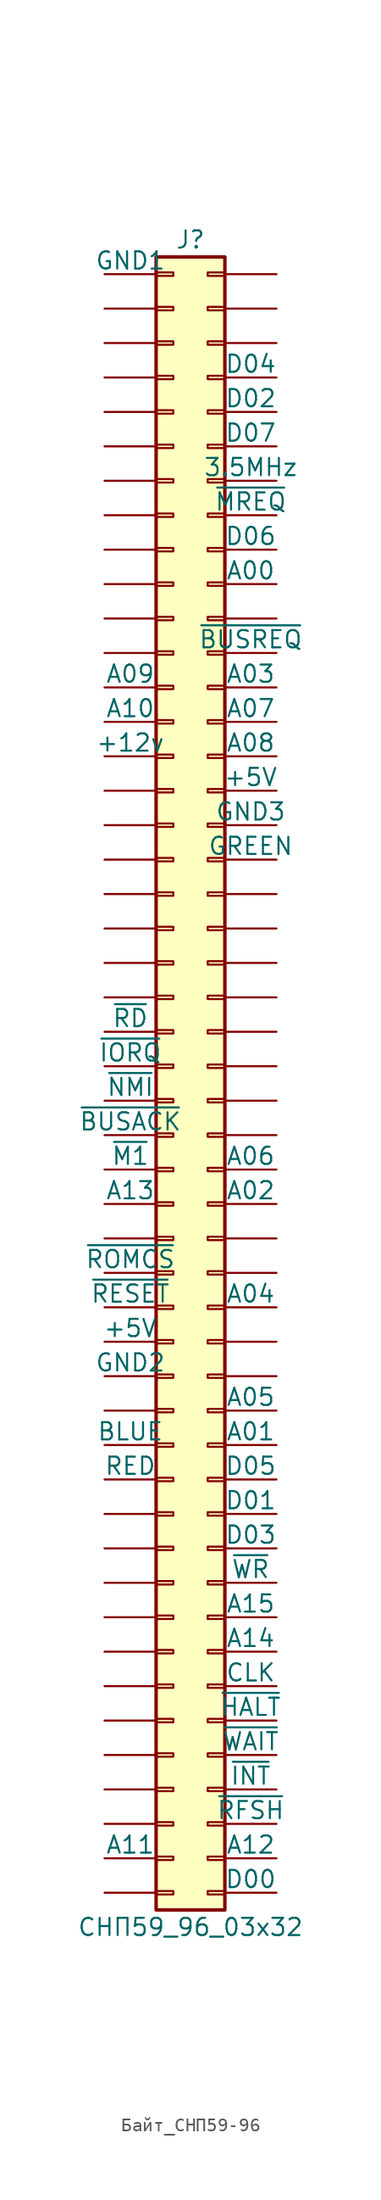
<source format=kicad_sym>
(kicad_symbol_lib
  (version 20220914)
  (generator kicad_symbol_editor)
  (symbol "Байт_СНП59-96"
    (pin_numbers hide)
    (pin_names
      (offset 0))
    (property "Reference" "J"
      (at 1.27 40.64 0)
      (effects (font (size 1.27 1.27))))
    (property "Value" "СНП59_96_03x32"
      (at 1.27 -83.82 0)
      (effects (font (size 1.27 1.27))))
    (symbol "Байт_СНП59-96_1_1"
      (rectangle (start -1.27 -81.153) (end 0 -81.407) (stroke (width 0.152) (type default)) (fill (type none)))
      (rectangle (start -1.27 -78.613) (end 0 -78.867) (stroke (width 0.152) (type default)) (fill (type none)))
      (rectangle (start -1.27 -76.073) (end 0 -76.327) (stroke (width 0.152) (type default)) (fill (type none)))
      (rectangle (start -1.27 -73.533) (end 0 -73.787) (stroke (width 0.152) (type default)) (fill (type none)))
      (rectangle (start -1.27 -70.993) (end 0 -71.247) (stroke (width 0.152) (type default)) (fill (type none)))
      (rectangle (start -1.27 -68.453) (end 0 -68.707) (stroke (width 0.152) (type default)) (fill (type none)))
      (rectangle (start -1.27 -65.913) (end 0 -66.167) (stroke (width 0.152) (type default)) (fill (type none)))
      (rectangle (start -1.27 -63.373) (end 0 -63.627) (stroke (width 0.152) (type default)) (fill (type none)))
      (rectangle (start -1.27 -60.833) (end 0 -61.087) (stroke (width 0.152) (type default)) (fill (type none)))
      (rectangle (start -1.27 -58.293) (end 0 -58.547) (stroke (width 0.152) (type default)) (fill (type none)))
      (rectangle (start -1.27 -55.753) (end 0 -56.007) (stroke (width 0.152) (type default)) (fill (type none)))
      (rectangle (start -1.27 -53.213) (end 0 -53.467) (stroke (width 0.152) (type default)) (fill (type none)))
      (rectangle (start -1.27 -50.673) (end 0 -50.927) (stroke (width 0.152) (type default)) (fill (type none)))
      (rectangle (start -1.27 -48.133) (end 0 -48.387) (stroke (width 0.152) (type default)) (fill (type none)))
      (rectangle (start -1.27 -45.593) (end 0 -45.847) (stroke (width 0.152) (type default)) (fill (type none)))
      (rectangle (start -1.27 -43.053) (end 0 -43.307) (stroke (width 0.152) (type default)) (fill (type none)))
      (rectangle (start -1.27 -40.513) (end 0 -40.767) (stroke (width 0.152) (type default)) (fill (type none)))
      (rectangle (start -1.27 -37.973) (end 0 -38.227) (stroke (width 0.152) (type default)) (fill (type none)))
      (rectangle (start -1.27 -35.433) (end 0 -35.687) (stroke (width 0.152) (type default)) (fill (type none)))
      (rectangle (start -1.27 -32.893) (end 0 -33.147) (stroke (width 0.152) (type default)) (fill (type none)))
      (rectangle (start -1.27 -30.353) (end 0 -30.607) (stroke (width 0.152) (type default)) (fill (type none)))
      (rectangle (start -1.27 -27.813) (end 0 -28.067) (stroke (width 0.152) (type default)) (fill (type none)))
      (rectangle (start -1.27 -25.273) (end 0 -25.527) (stroke (width 0.152) (type default)) (fill (type none)))
      (rectangle (start -1.27 -22.733) (end 0 -22.987) (stroke (width 0.152) (type default)) (fill (type none)))
      (rectangle (start -1.27 -20.193) (end 0 -20.447) (stroke (width 0.152) (type default)) (fill (type none)))
      (rectangle (start -1.27 -17.653) (end 0 -17.907) (stroke (width 0.152) (type default)) (fill (type none)))
      (rectangle (start -1.27 -15.113) (end 0 -15.367) (stroke (width 0.152) (type default)) (fill (type none)))
      (rectangle (start -1.27 -12.573) (end 0 -12.827) (stroke (width 0.152) (type default)) (fill (type none)))
      (rectangle (start -1.27 -10.033) (end 0 -10.287) (stroke (width 0.152) (type default)) (fill (type none)))
      (rectangle (start -1.27 -7.493) (end 0 -7.747) (stroke (width 0.152) (type default)) (fill (type none)))
      (rectangle (start -1.27 -4.953) (end 0 -5.207) (stroke (width 0.152) (type default)) (fill (type none)))
      (rectangle (start -1.27 -2.413) (end 0 -2.667) (stroke (width 0.152) (type default)) (fill (type none)))
      (rectangle (start -1.27 0.127) (end 0 -0.127) (stroke (width 0.152) (type default)) (fill (type none)))
      (rectangle (start -1.27 2.667) (end 0 2.413) (stroke (width 0.152) (type default)) (fill (type none)))
      (rectangle (start -1.27 5.207) (end 0 4.953) (stroke (width 0.152) (type default)) (fill (type none)))
      (rectangle (start -1.27 7.747) (end 0 7.493) (stroke (width 0.152) (type default)) (fill (type none)))
      (rectangle (start -1.27 10.287) (end 0 10.033) (stroke (width 0.152) (type default)) (fill (type none)))
      (rectangle (start -1.27 12.827) (end 0 12.573) (stroke (width 0.152) (type default)) (fill (type none)))
      (rectangle (start -1.27 15.367) (end 0 15.113) (stroke (width 0.152) (type default)) (fill (type none)))
      (rectangle (start -1.27 17.907) (end 0 17.653) (stroke (width 0.152) (type default)) (fill (type none)))
      (rectangle (start -1.27 20.447) (end 0 20.193) (stroke (width 0.152) (type default)) (fill (type none)))
      (rectangle (start -1.27 22.987) (end 0 22.733) (stroke (width 0.152) (type default)) (fill (type none)))
      (rectangle (start -1.27 25.527) (end 0 25.273) (stroke (width 0.152) (type default)) (fill (type none)))
      (rectangle (start -1.27 28.067) (end 0 27.813) (stroke (width 0.152) (type default)) (fill (type none)))
      (rectangle (start -1.27 30.607) (end 0 30.353) (stroke (width 0.152) (type default)) (fill (type none)))
      (rectangle (start -1.27 33.147) (end 0 32.893) (stroke (width 0.152) (type default)) (fill (type none)))
      (rectangle (start -1.27 35.687) (end 0 35.433) (stroke (width 0.152) (type default)) (fill (type none)))
      (rectangle (start -1.27 38.227) (end 0 37.973) (stroke (width 0.152) (type default)) (fill (type none)))
      (rectangle (start -1.27 39.37) (end 3.81 -82.55) (stroke (width 0.254) (type default)) (fill (type background)))
      (rectangle (start 2.54 -81.153) (end 3.81 -81.407) (stroke (width 0.152) (type default)) (fill (type none)))
      (rectangle (start 2.54 -78.613) (end 3.81 -78.867) (stroke (width 0.152) (type default)) (fill (type none)))
      (rectangle (start 2.54 -76.073) (end 3.81 -76.327) (stroke (width 0.152) (type default)) (fill (type none)))
      (rectangle (start 2.54 -73.533) (end 3.81 -73.787) (stroke (width 0.152) (type default)) (fill (type none)))
      (rectangle (start 2.54 -70.993) (end 3.81 -71.247) (stroke (width 0.152) (type default)) (fill (type none)))
      (rectangle (start 2.54 -68.453) (end 3.81 -68.707) (stroke (width 0.152) (type default)) (fill (type none)))
      (rectangle (start 2.54 -65.913) (end 3.81 -66.167) (stroke (width 0.152) (type default)) (fill (type none)))
      (rectangle (start 2.54 -63.373) (end 3.81 -63.627) (stroke (width 0.152) (type default)) (fill (type none)))
      (rectangle (start 2.54 -60.833) (end 3.81 -61.087) (stroke (width 0.152) (type default)) (fill (type none)))
      (rectangle (start 2.54 -58.293) (end 3.81 -58.547) (stroke (width 0.152) (type default)) (fill (type none)))
      (rectangle (start 2.54 -55.753) (end 3.81 -56.007) (stroke (width 0.152) (type default)) (fill (type none)))
      (rectangle (start 2.54 -53.213) (end 3.81 -53.467) (stroke (width 0.152) (type default)) (fill (type none)))
      (rectangle (start 2.54 -50.673) (end 3.81 -50.927) (stroke (width 0.152) (type default)) (fill (type none)))
      (rectangle (start 2.54 -48.133) (end 3.81 -48.387) (stroke (width 0.152) (type default)) (fill (type none)))
      (rectangle (start 2.54 -45.593) (end 3.81 -45.847) (stroke (width 0.152) (type default)) (fill (type none)))
      (rectangle (start 2.54 -43.053) (end 3.81 -43.307) (stroke (width 0.152) (type default)) (fill (type none)))
      (rectangle (start 2.54 25.527) (end 3.81 25.273) (stroke (width 0.152) (type default)) (fill (type none)))
      (rectangle (start 3.81 -40.513) (end 2.54 -40.767) (stroke (width 0.152) (type default)) (fill (type none)))
      (rectangle (start 3.81 -37.973) (end 2.54 -38.227) (stroke (width 0.152) (type default)) (fill (type none)))
      (rectangle (start 3.81 -35.433) (end 2.54 -35.687) (stroke (width 0.152) (type default)) (fill (type none)))
      (rectangle (start 3.81 -32.893) (end 2.54 -33.147) (stroke (width 0.152) (type default)) (fill (type none)))
      (rectangle (start 3.81 -30.353) (end 2.54 -30.607) (stroke (width 0.152) (type default)) (fill (type none)))
      (rectangle (start 3.81 -27.813) (end 2.54 -28.067) (stroke (width 0.152) (type default)) (fill (type none)))
      (rectangle (start 3.81 -25.273) (end 2.54 -25.527) (stroke (width 0.152) (type default)) (fill (type none)))
      (rectangle (start 3.81 -22.733) (end 2.54 -22.987) (stroke (width 0.152) (type default)) (fill (type none)))
      (rectangle (start 3.81 -20.193) (end 2.54 -20.447) (stroke (width 0.152) (type default)) (fill (type none)))
      (rectangle (start 3.81 -17.653) (end 2.54 -17.907) (stroke (width 0.152) (type default)) (fill (type none)))
      (rectangle (start 3.81 -15.113) (end 2.54 -15.367) (stroke (width 0.152) (type default)) (fill (type none)))
      (rectangle (start 3.81 -12.573) (end 2.54 -12.827) (stroke (width 0.152) (type default)) (fill (type none)))
      (rectangle (start 3.81 -10.033) (end 2.54 -10.287) (stroke (width 0.152) (type default)) (fill (type none)))
      (rectangle (start 3.81 -7.493) (end 2.54 -7.747) (stroke (width 0.152) (type default)) (fill (type none)))
      (rectangle (start 3.81 -4.953) (end 2.54 -5.207) (stroke (width 0.152) (type default)) (fill (type none)))
      (rectangle (start 3.81 -2.413) (end 2.54 -2.667) (stroke (width 0.152) (type default)) (fill (type none)))
      (rectangle (start 3.81 0.127) (end 2.54 -0.127) (stroke (width 0.152) (type default)) (fill (type none)))
      (rectangle (start 3.81 2.667) (end 2.54 2.413) (stroke (width 0.152) (type default)) (fill (type none)))
      (rectangle (start 3.81 5.207) (end 2.54 4.953) (stroke (width 0.152) (type default)) (fill (type none)))
      (rectangle (start 3.81 7.747) (end 2.54 7.493) (stroke (width 0.152) (type default)) (fill (type none)))
      (rectangle (start 3.81 10.287) (end 2.54 10.033) (stroke (width 0.152) (type default)) (fill (type none)))
      (rectangle (start 3.81 12.827) (end 2.54 12.573) (stroke (width 0.152) (type default)) (fill (type none)))
      (rectangle (start 3.81 15.367) (end 2.54 15.113) (stroke (width 0.152) (type default)) (fill (type none)))
      (rectangle (start 3.81 17.907) (end 2.54 17.653) (stroke (width 0.152) (type default)) (fill (type none)))
      (rectangle (start 3.81 20.447) (end 2.54 20.193) (stroke (width 0.152) (type default)) (fill (type none)))
      (rectangle (start 3.81 22.987) (end 2.54 22.733) (stroke (width 0.152) (type default)) (fill (type none)))
      (rectangle (start 3.81 28.067) (end 2.54 27.813) (stroke (width 0.152) (type default)) (fill (type none)))
      (rectangle (start 3.81 30.607) (end 2.54 30.353) (stroke (width 0.152) (type default)) (fill (type none)))
      (rectangle (start 3.81 33.147) (end 2.54 32.893) (stroke (width 0.152) (type default)) (fill (type none)))
      (rectangle (start 3.81 35.687) (end 2.54 35.433) (stroke (width 0.152) (type default)) (fill (type none)))
      (rectangle (start 3.81 38.227) (end 2.54 37.973) (stroke (width 0.152) (type default)) (fill (type none)))
      (pin passive line (at -5.08 38.1 0) (length 3.81) (name "GND1" (effects (font (size 1.27 1.27)))) (number "a1" (effects (font (size 1.27 1.27)))))
      (pin passive line (at -5.08 15.24 0) (length 3.81) (name "" (effects (font (size 1.27 1.27)))) (number "a10" (effects (font (size 1.27 1.27)))))
      (pin passive line (at -5.08 12.7 0) (length 3.81) (name "" (effects (font (size 1.27 1.27)))) (number "a11" (effects (font (size 1.27 1.27)))))
      (pin passive line (at -5.08 10.16 0) (length 3.81) (name "" (effects (font (size 1.27 1.27)))) (number "a12" (effects (font (size 1.27 1.27)))))
      (pin passive line (at -5.08 7.62 0) (length 3.81) (name "A09" (effects (font (size 1.27 1.27)))) (number "a13" (effects (font (size 1.27 1.27)))))
      (pin passive line (at -5.08 5.08 0) (length 3.81) (name "A10" (effects (font (size 1.27 1.27)))) (number "a14" (effects (font (size 1.27 1.27)))))
      (pin passive line (at -5.08 2.54 0) (length 3.81) (name "+12v" (effects (font (size 1.27 1.27)))) (number "a15" (effects (font (size 1.27 1.27)))))
      (pin passive line (at -5.08 0 0) (length 3.81) (name "" (effects (font (size 1.27 1.27)))) (number "a16" (effects (font (size 1.27 1.27)))))
      (pin passive line (at -5.08 -2.54 0) (length 3.81) (name "" (effects (font (size 1.27 1.27)))) (number "a17" (effects (font (size 1.27 1.27)))))
      (pin passive line (at -5.08 -5.08 0) (length 3.81) (name "" (effects (font (size 1.27 1.27)))) (number "a18" (effects (font (size 1.27 1.27)))))
      (pin passive line (at -5.08 -7.62 0) (length 3.81) (name "" (effects (font (size 1.27 1.27)))) (number "a19" (effects (font (size 1.27 1.27)))))
      (pin passive line (at -5.08 35.56 0) (length 3.81) (name "" (effects (font (size 1.27 1.27)))) (number "a2" (effects (font (size 1.27 1.27)))))
      (pin passive line (at -5.08 -10.16 0) (length 3.81) (name "" (effects (font (size 1.27 1.27)))) (number "a20" (effects (font (size 1.27 1.27)))))
      (pin passive line (at -5.08 -12.7 0) (length 3.81) (name "" (effects (font (size 1.27 1.27)))) (number "a21" (effects (font (size 1.27 1.27)))))
      (pin passive line (at -5.08 -15.24 0) (length 3.81) (name "" (effects (font (size 1.27 1.27)))) (number "a22" (effects (font (size 1.27 1.27)))))
      (pin passive line (at -5.08 -17.78 0) (length 3.81) (name "~{RD}" (effects (font (size 1.27 1.27)))) (number "a23" (effects (font (size 1.27 1.27)))))
      (pin passive line (at -5.08 -20.32 0) (length 3.81) (name "~{IORQ}" (effects (font (size 1.27 1.27)))) (number "a24" (effects (font (size 1.27 1.27)))))
      (pin passive line (at -5.08 -22.86 0) (length 3.81) (name "~{NMI}" (effects (font (size 1.27 1.27)))) (number "a25" (effects (font (size 1.27 1.27)))))
      (pin passive line (at -5.08 -25.4 0) (length 3.81) (name "~{BUSACK}" (effects (font (size 1.27 1.27)))) (number "a26" (effects (font (size 1.27 1.27)))))
      (pin passive line (at -5.08 -27.94 0) (length 3.81) (name "~{M1}" (effects (font (size 1.27 1.27)))) (number "a27" (effects (font (size 1.27 1.27)))))
      (pin passive line (at -5.08 -30.48 0) (length 3.81) (name "A13" (effects (font (size 1.27 1.27)))) (number "a28" (effects (font (size 1.27 1.27)))))
      (pin passive line (at -5.08 -33.02 0) (length 3.81) (name "" (effects (font (size 1.27 1.27)))) (number "a29" (effects (font (size 1.27 1.27)))))
      (pin passive line (at -5.08 33.02 0) (length 3.81) (name "" (effects (font (size 1.27 1.27)))) (number "a3" (effects (font (size 1.27 1.27)))))
      (pin passive line (at -5.08 -35.56 0) (length 3.81) (name "~{ROMCS}" (effects (font (size 1.27 1.27)))) (number "a30" (effects (font (size 1.27 1.27)))))
      (pin passive line (at -5.08 -38.1 0) (length 3.81) (name "~{RESET}" (effects (font (size 1.27 1.27)))) (number "a31" (effects (font (size 1.27 1.27)))))
      (pin passive line (at -5.08 -40.64 0) (length 3.81) (name "+5V" (effects (font (size 1.27 1.27)))) (number "a32" (effects (font (size 1.27 1.27)))))
      (pin passive line (at -5.08 30.48 0) (length 3.81) (name "" (effects (font (size 1.27 1.27)))) (number "a4" (effects (font (size 1.27 1.27)))))
      (pin passive line (at -5.08 27.94 0) (length 3.81) (name "" (effects (font (size 1.27 1.27)))) (number "a5" (effects (font (size 1.27 1.27)))))
      (pin passive line (at -5.08 25.4 0) (length 3.81) (name "" (effects (font (size 1.27 1.27)))) (number "a6" (effects (font (size 1.27 1.27)))))
      (pin passive line (at -5.08 22.86 0) (length 3.81) (name "" (effects (font (size 1.27 1.27)))) (number "a7" (effects (font (size 1.27 1.27)))))
      (pin passive line (at -5.08 20.32 0) (length 3.81) (name "" (effects (font (size 1.27 1.27)))) (number "a8" (effects (font (size 1.27 1.27)))))
      (pin passive line (at -5.08 17.78 0) (length 3.81) (name "" (effects (font (size 1.27 1.27)))) (number "a9" (effects (font (size 1.27 1.27)))))
      (pin passive line (at -5.08 -43.18 0) (length 3.81) (name "GND2" (effects (font (size 1.27 1.27)))) (number "b1" (effects (font (size 1.27 1.27)))))
      (pin passive line (at -5.08 -66.04 0) (length 3.81) (name "" (effects (font (size 1.27 1.27)))) (number "b10" (effects (font (size 1.27 1.27)))))
      (pin passive line (at -5.08 -68.58 0) (length 3.81) (name "" (effects (font (size 1.27 1.27)))) (number "b11" (effects (font (size 1.27 1.27)))))
      (pin passive line (at -5.08 -71.12 0) (length 3.81) (name "" (effects (font (size 1.27 1.27)))) (number "b12" (effects (font (size 1.27 1.27)))))
      (pin passive line (at -5.08 -73.66 0) (length 3.81) (name "" (effects (font (size 1.27 1.27)))) (number "b13" (effects (font (size 1.27 1.27)))))
      (pin passive line (at -5.08 -76.2 0) (length 3.81) (name "" (effects (font (size 1.27 1.27)))) (number "b14" (effects (font (size 1.27 1.27)))))
      (pin passive line (at -5.08 -78.74 0) (length 3.81) (name "A11" (effects (font (size 1.27 1.27)))) (number "b15" (effects (font (size 1.27 1.27)))))
      (pin passive line (at -5.08 -81.28 0) (length 3.81) (name "" (effects (font (size 1.27 1.27)))) (number "b16" (effects (font (size 1.27 1.27)))))
      (pin passive line (at 7.62 38.1 180) (length 3.81) (name "" (effects (font (size 1.27 1.27)))) (number "b17" (effects (font (size 1.27 1.27)))))
      (pin passive line (at 7.62 35.56 180) (length 3.81) (name "" (effects (font (size 1.27 1.27)))) (number "b18" (effects (font (size 1.27 1.27)))))
      (pin passive line (at 7.62 33.02 180) (length 3.81) (name "" (effects (font (size 1.27 1.27)))) (number "b19" (effects (font (size 1.27 1.27)))))
      (pin passive line (at -5.08 -45.72 0) (length 3.81) (name "" (effects (font (size 1.27 1.27)))) (number "b2" (effects (font (size 1.27 1.27)))))
      (pin passive line (at 7.62 30.48 180) (length 3.81) (name "D04" (effects (font (size 1.27 1.27)))) (number "b20" (effects (font (size 1.27 1.27)))))
      (pin passive line (at 7.62 27.94 180) (length 3.81) (name "D02" (effects (font (size 1.27 1.27)))) (number "b21" (effects (font (size 1.27 1.27)))))
      (pin passive line (at 7.62 25.4 180) (length 3.81) (name "D07" (effects (font (size 1.27 1.27)))) (number "b22" (effects (font (size 1.27 1.27)))))
      (pin passive line (at 7.62 22.86 180) (length 3.81) (name "3.5MHz" (effects (font (size 1.27 1.27)))) (number "b23" (effects (font (size 1.27 1.27)))))
      (pin passive line (at 7.62 20.32 180) (length 3.81) (name "~{MREQ}" (effects (font (size 1.27 1.27)))) (number "b24" (effects (font (size 1.27 1.27)))))
      (pin passive line (at 7.62 17.78 180) (length 3.81) (name "D06" (effects (font (size 1.27 1.27)))) (number "b25" (effects (font (size 1.27 1.27)))))
      (pin passive line (at 7.62 15.24 180) (length 3.81) (name "A00" (effects (font (size 1.27 1.27)))) (number "b26" (effects (font (size 1.27 1.27)))))
      (pin passive line (at 7.62 12.7 180) (length 3.81) (name "" (effects (font (size 1.27 1.27)))) (number "b27" (effects (font (size 1.27 1.27)))))
      (pin passive line (at 7.62 10.16 180) (length 3.81) (name "~{BUSREQ}" (effects (font (size 1.27 1.27)))) (number "b28" (effects (font (size 1.27 1.27)))))
      (pin passive line (at 7.62 7.62 180) (length 3.81) (name "A03" (effects (font (size 1.27 1.27)))) (number "b29" (effects (font (size 1.27 1.27)))))
      (pin passive line (at -5.08 -48.26 0) (length 3.81) (name "BLUE" (effects (font (size 1.27 1.27)))) (number "b3" (effects (font (size 1.27 1.27)))))
      (pin passive line (at 7.62 5.08 180) (length 3.81) (name "A07" (effects (font (size 1.27 1.27)))) (number "b30" (effects (font (size 1.27 1.27)))))
      (pin passive line (at 7.62 2.54 180) (length 3.81) (name "A08" (effects (font (size 1.27 1.27)))) (number "b31" (effects (font (size 1.27 1.27)))))
      (pin passive line (at 7.62 0 180) (length 3.81) (name "+5V" (effects (font (size 1.27 1.27)))) (number "b32" (effects (font (size 1.27 1.27)))))
      (pin passive line (at -5.08 -50.8 0) (length 3.81) (name "RED" (effects (font (size 1.27 1.27)))) (number "b4" (effects (font (size 1.27 1.27)))))
      (pin passive line (at -5.08 -53.34 0) (length 3.81) (name "" (effects (font (size 1.27 1.27)))) (number "b5" (effects (font (size 1.27 1.27)))))
      (pin passive line (at -5.08 -55.88 0) (length 3.81) (name "" (effects (font (size 1.27 1.27)))) (number "b6" (effects (font (size 1.27 1.27)))))
      (pin passive line (at -5.08 -58.42 0) (length 3.81) (name "" (effects (font (size 1.27 1.27)))) (number "b7" (effects (font (size 1.27 1.27)))))
      (pin passive line (at -5.08 -60.96 0) (length 3.81) (name "" (effects (font (size 1.27 1.27)))) (number "b8" (effects (font (size 1.27 1.27)))))
      (pin passive line (at -5.08 -63.5 0) (length 3.81) (name "" (effects (font (size 1.27 1.27)))) (number "b9" (effects (font (size 1.27 1.27)))))
      (pin passive line (at 7.62 -2.54 180) (length 3.81) (name "GND3" (effects (font (size 1.27 1.27)))) (number "c1" (effects (font (size 1.27 1.27)))))
      (pin passive line (at 7.62 -25.4 180) (length 3.81) (name "" (effects (font (size 1.27 1.27)))) (number "c10" (effects (font (size 1.27 1.27)))))
      (pin passive line (at 7.62 -27.94 180) (length 3.81) (name "A06" (effects (font (size 1.27 1.27)))) (number "c11" (effects (font (size 1.27 1.27)))))
      (pin passive line (at 7.62 -30.48 180) (length 3.81) (name "A02" (effects (font (size 1.27 1.27)))) (number "c12" (effects (font (size 1.27 1.27)))))
      (pin passive line (at 7.62 -33.02 180) (length 3.81) (name "" (effects (font (size 1.27 1.27)))) (number "c13" (effects (font (size 1.27 1.27)))))
      (pin passive line (at 7.62 -35.56 180) (length 3.81) (name "" (effects (font (size 1.27 1.27)))) (number "c14" (effects (font (size 1.27 1.27)))))
      (pin passive line (at 7.62 -38.1 180) (length 3.81) (name "A04" (effects (font (size 1.27 1.27)))) (number "c15" (effects (font (size 1.27 1.27)))))
      (pin passive line (at 7.62 -40.64 180) (length 3.81) (name "" (effects (font (size 1.27 1.27)))) (number "c16" (effects (font (size 1.27 1.27)))))
      (pin passive line (at 7.62 -43.18 180) (length 3.81) (name "" (effects (font (size 1.27 1.27)))) (number "c17" (effects (font (size 1.27 1.27)))))
      (pin passive line (at 7.62 -45.72 180) (length 3.81) (name "A05" (effects (font (size 1.27 1.27)))) (number "c18" (effects (font (size 1.27 1.27)))))
      (pin passive line (at 7.62 -48.26 180) (length 3.81) (name "A01" (effects (font (size 1.27 1.27)))) (number "c19" (effects (font (size 1.27 1.27)))))
      (pin passive line (at 7.62 -5.08 180) (length 3.81) (name "GREEN" (effects (font (size 1.27 1.27)))) (number "c2" (effects (font (size 1.27 1.27)))))
      (pin passive line (at 7.62 -50.8 180) (length 3.81) (name "D05" (effects (font (size 1.27 1.27)))) (number "c20" (effects (font (size 1.27 1.27)))))
      (pin passive line (at 7.62 -53.34 180) (length 3.81) (name "D01" (effects (font (size 1.27 1.27)))) (number "c21" (effects (font (size 1.27 1.27)))))
      (pin passive line (at 7.62 -55.88 180) (length 3.81) (name "D03" (effects (font (size 1.27 1.27)))) (number "c22" (effects (font (size 1.27 1.27)))))
      (pin passive line (at 7.62 -58.42 180) (length 3.81) (name "~{WR}" (effects (font (size 1.27 1.27)))) (number "c23" (effects (font (size 1.27 1.27)))))
      (pin passive line (at 7.62 -60.96 180) (length 3.81) (name "A15" (effects (font (size 1.27 1.27)))) (number "c24" (effects (font (size 1.27 1.27)))))
      (pin passive line (at 7.62 -63.5 180) (length 3.81) (name "A14" (effects (font (size 1.27 1.27)))) (number "c25" (effects (font (size 1.27 1.27)))))
      (pin passive line (at 7.62 -66.04 180) (length 3.81) (name "CLK" (effects (font (size 1.27 1.27)))) (number "c26" (effects (font (size 1.27 1.27)))))
      (pin passive line (at 7.62 -68.58 180) (length 3.81) (name "~{HALT}" (effects (font (size 1.27 1.27)))) (number "c27" (effects (font (size 1.27 1.27)))))
      (pin passive line (at 7.62 -71.12 180) (length 3.81) (name "~{WAIT}" (effects (font (size 1.27 1.27)))) (number "c28" (effects (font (size 1.27 1.27)))))
      (pin passive line (at 7.62 -73.66 180) (length 3.81) (name "~{INT}" (effects (font (size 1.27 1.27)))) (number "c29" (effects (font (size 1.27 1.27)))))
      (pin passive line (at 7.62 -7.62 180) (length 3.81) (name "" (effects (font (size 1.27 1.27)))) (number "c3" (effects (font (size 1.27 1.27)))))
      (pin passive line (at 7.62 -76.2 180) (length 3.81) (name "~{RFSH}" (effects (font (size 1.27 1.27)))) (number "c30" (effects (font (size 1.27 1.27)))))
      (pin passive line (at 7.62 -78.74 180) (length 3.81) (name "A12" (effects (font (size 1.27 1.27)))) (number "c31" (effects (font (size 1.27 1.27)))))
      (pin passive line (at 7.62 -81.28 180) (length 3.81) (name "D00" (effects (font (size 1.27 1.27)))) (number "c32" (effects (font (size 1.27 1.27)))))
      (pin passive line (at 7.62 -10.16 180) (length 3.81) (name "" (effects (font (size 1.27 1.27)))) (number "c4" (effects (font (size 1.27 1.27)))))
      (pin passive line (at 7.62 -12.7 180) (length 3.81) (name "" (effects (font (size 1.27 1.27)))) (number "c5" (effects (font (size 1.27 1.27)))))
      (pin passive line (at 7.62 -15.24 180) (length 3.81) (name "" (effects (font (size 1.27 1.27)))) (number "c6" (effects (font (size 1.27 1.27)))))
      (pin passive line (at 7.62 -17.78 180) (length 3.81) (name "" (effects (font (size 1.27 1.27)))) (number "c7" (effects (font (size 1.27 1.27)))))
      (pin passive line (at 7.62 -20.32 180) (length 3.81) (name "" (effects (font (size 1.27 1.27)))) (number "c8" (effects (font (size 1.27 1.27)))))
      (pin passive line (at 7.62 -22.86 180) (length 3.81) (name "" (effects (font (size 1.27 1.27)))) (number "c9" (effects (font (size 1.27 1.27))))))))
</source>
